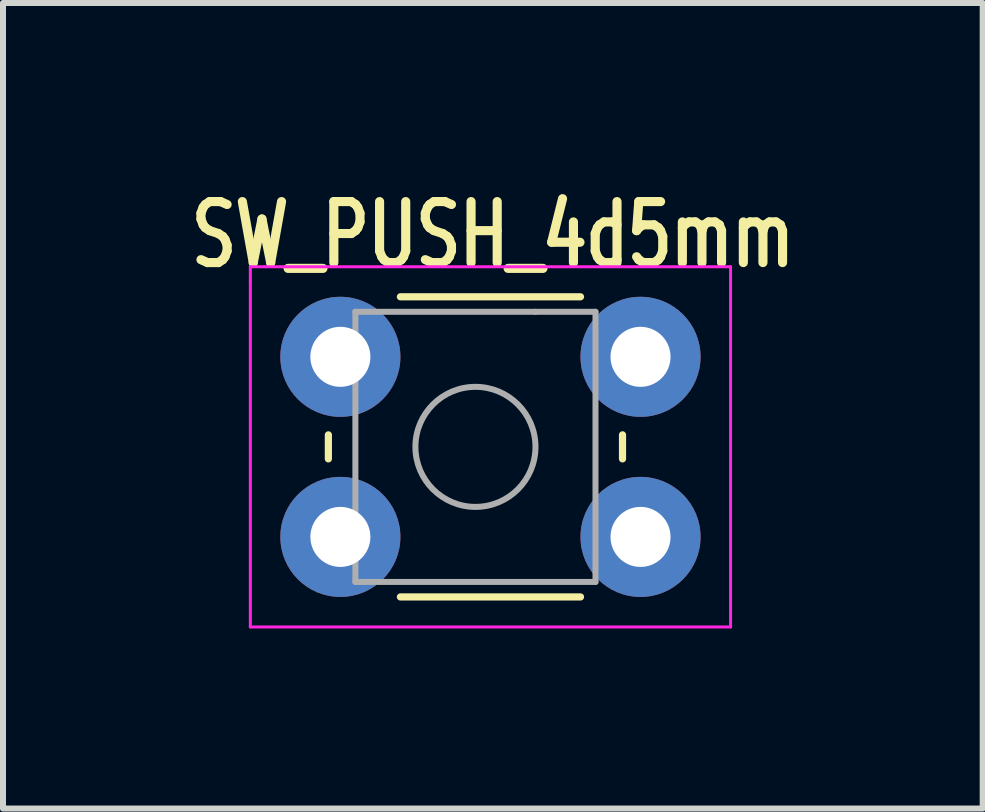
<source format=kicad_pcb>
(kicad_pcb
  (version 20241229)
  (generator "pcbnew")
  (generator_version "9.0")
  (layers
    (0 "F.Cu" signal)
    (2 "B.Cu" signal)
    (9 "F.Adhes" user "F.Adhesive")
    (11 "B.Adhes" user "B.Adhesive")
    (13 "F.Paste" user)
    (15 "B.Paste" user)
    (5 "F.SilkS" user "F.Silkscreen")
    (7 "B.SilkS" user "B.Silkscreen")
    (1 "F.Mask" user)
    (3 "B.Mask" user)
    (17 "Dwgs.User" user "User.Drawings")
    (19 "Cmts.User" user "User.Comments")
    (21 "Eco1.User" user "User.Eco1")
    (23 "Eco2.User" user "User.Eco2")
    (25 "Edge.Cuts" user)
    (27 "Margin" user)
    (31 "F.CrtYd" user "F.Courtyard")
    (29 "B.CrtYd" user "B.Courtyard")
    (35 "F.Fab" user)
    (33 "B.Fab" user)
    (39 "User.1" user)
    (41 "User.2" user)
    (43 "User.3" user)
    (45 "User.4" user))
  (footprint "SW_PUSH_4d5mm"
    (layer "F.Cu")
    (at 2.62 2.894)
    (property "Reference" "SW_PUSH_4d5mm" (at 2.54 -2.032 0) (layer "F.SilkS") (effects (font (size 1.016 0.762) (thickness 0.152))))
    (attr through_hole)
    (fp_line (start -0.2 1.3) (end -0.2 1.7) (stroke (width 0.12) (type solid)) (layer "F.SilkS"))
    (fp_line (start 1 4) (end 4 4) (stroke (width 0.12) (type solid)) (layer "F.SilkS"))
    (fp_line (start 4 -1) (end 1 -1) (stroke (width 0.12) (type solid)) (layer "F.SilkS"))
    (fp_line (start 4.7 1.3) (end 4.7 1.7) (stroke (width 0.12) (type solid)) (layer "F.SilkS"))
    (fp_line (start -1.5 -1.5) (end -1.25 -1.5) (stroke (width 0.05) (type solid)) (layer "F.CrtYd"))
    (fp_line (start -1.5 -1.25) (end -1.5 -1.5) (stroke (width 0.05) (type solid)) (layer "F.CrtYd"))
    (fp_line (start -1.5 4.5) (end -1.5 -1.25) (stroke (width 0.05) (type solid)) (layer "F.CrtYd"))
    (fp_line (start -1.25 -1.5) (end 6.5 -1.5) (stroke (width 0.05) (type solid)) (layer "F.CrtYd"))
    (fp_line (start 6.5 -1.5) (end 6.5 4.5) (stroke (width 0.05) (type solid)) (layer "F.CrtYd"))
    (fp_line (start 6.5 4.5) (end -1.5 4.5) (stroke (width 0.05) (type solid)) (layer "F.CrtYd"))
    (fp_line (start 0.25 -0.75) (end 3.25 -0.75) (stroke (width 0.1) (type solid)) (layer "F.Fab"))
    (fp_line (start 0.25 3.75) (end 0.25 -0.75) (stroke (width 0.1) (type solid)) (layer "F.Fab"))
    (fp_line (start 3.25 -0.75) (end 4.25 -0.75) (stroke (width 0.1) (type solid)) (layer "F.Fab"))
    (fp_line (start 4.25 -0.75) (end 4.25 3.75) (stroke (width 0.1) (type solid)) (layer "F.Fab"))
    (fp_line (start 4.25 3.75) (end 0.25 3.75) (stroke (width 0.1) (type solid)) (layer "F.Fab"))
    (fp_circle (center 2.25 1.5) (end 3.25 1.5) (stroke (width 0.1) (type solid)) (fill no) (layer "F.Fab"))
    (pad "1" thru_hole circle (at 0 0 90) (size 2 2) (drill 1) (layers "*.Cu" "*.Mask"))
    (pad "1" thru_hole circle (at 5 0 90) (size 2 2) (drill 1) (layers "*.Cu" "*.Mask"))
    (pad "2" thru_hole circle (at 0 3 90) (size 2 2) (drill 1) (layers "*.Cu" "*.Mask"))
    (pad "2" thru_hole circle (at 5 3 90) (size 2 2) (drill 1) (layers "*.Cu" "*.Mask")))
  (gr_rect
    (start -3 -3)
    (end 13.32 10.419)
    (stroke (width 0.1) (type default))
    (fill no)
    (layer "Edge.Cuts")))
</source>
